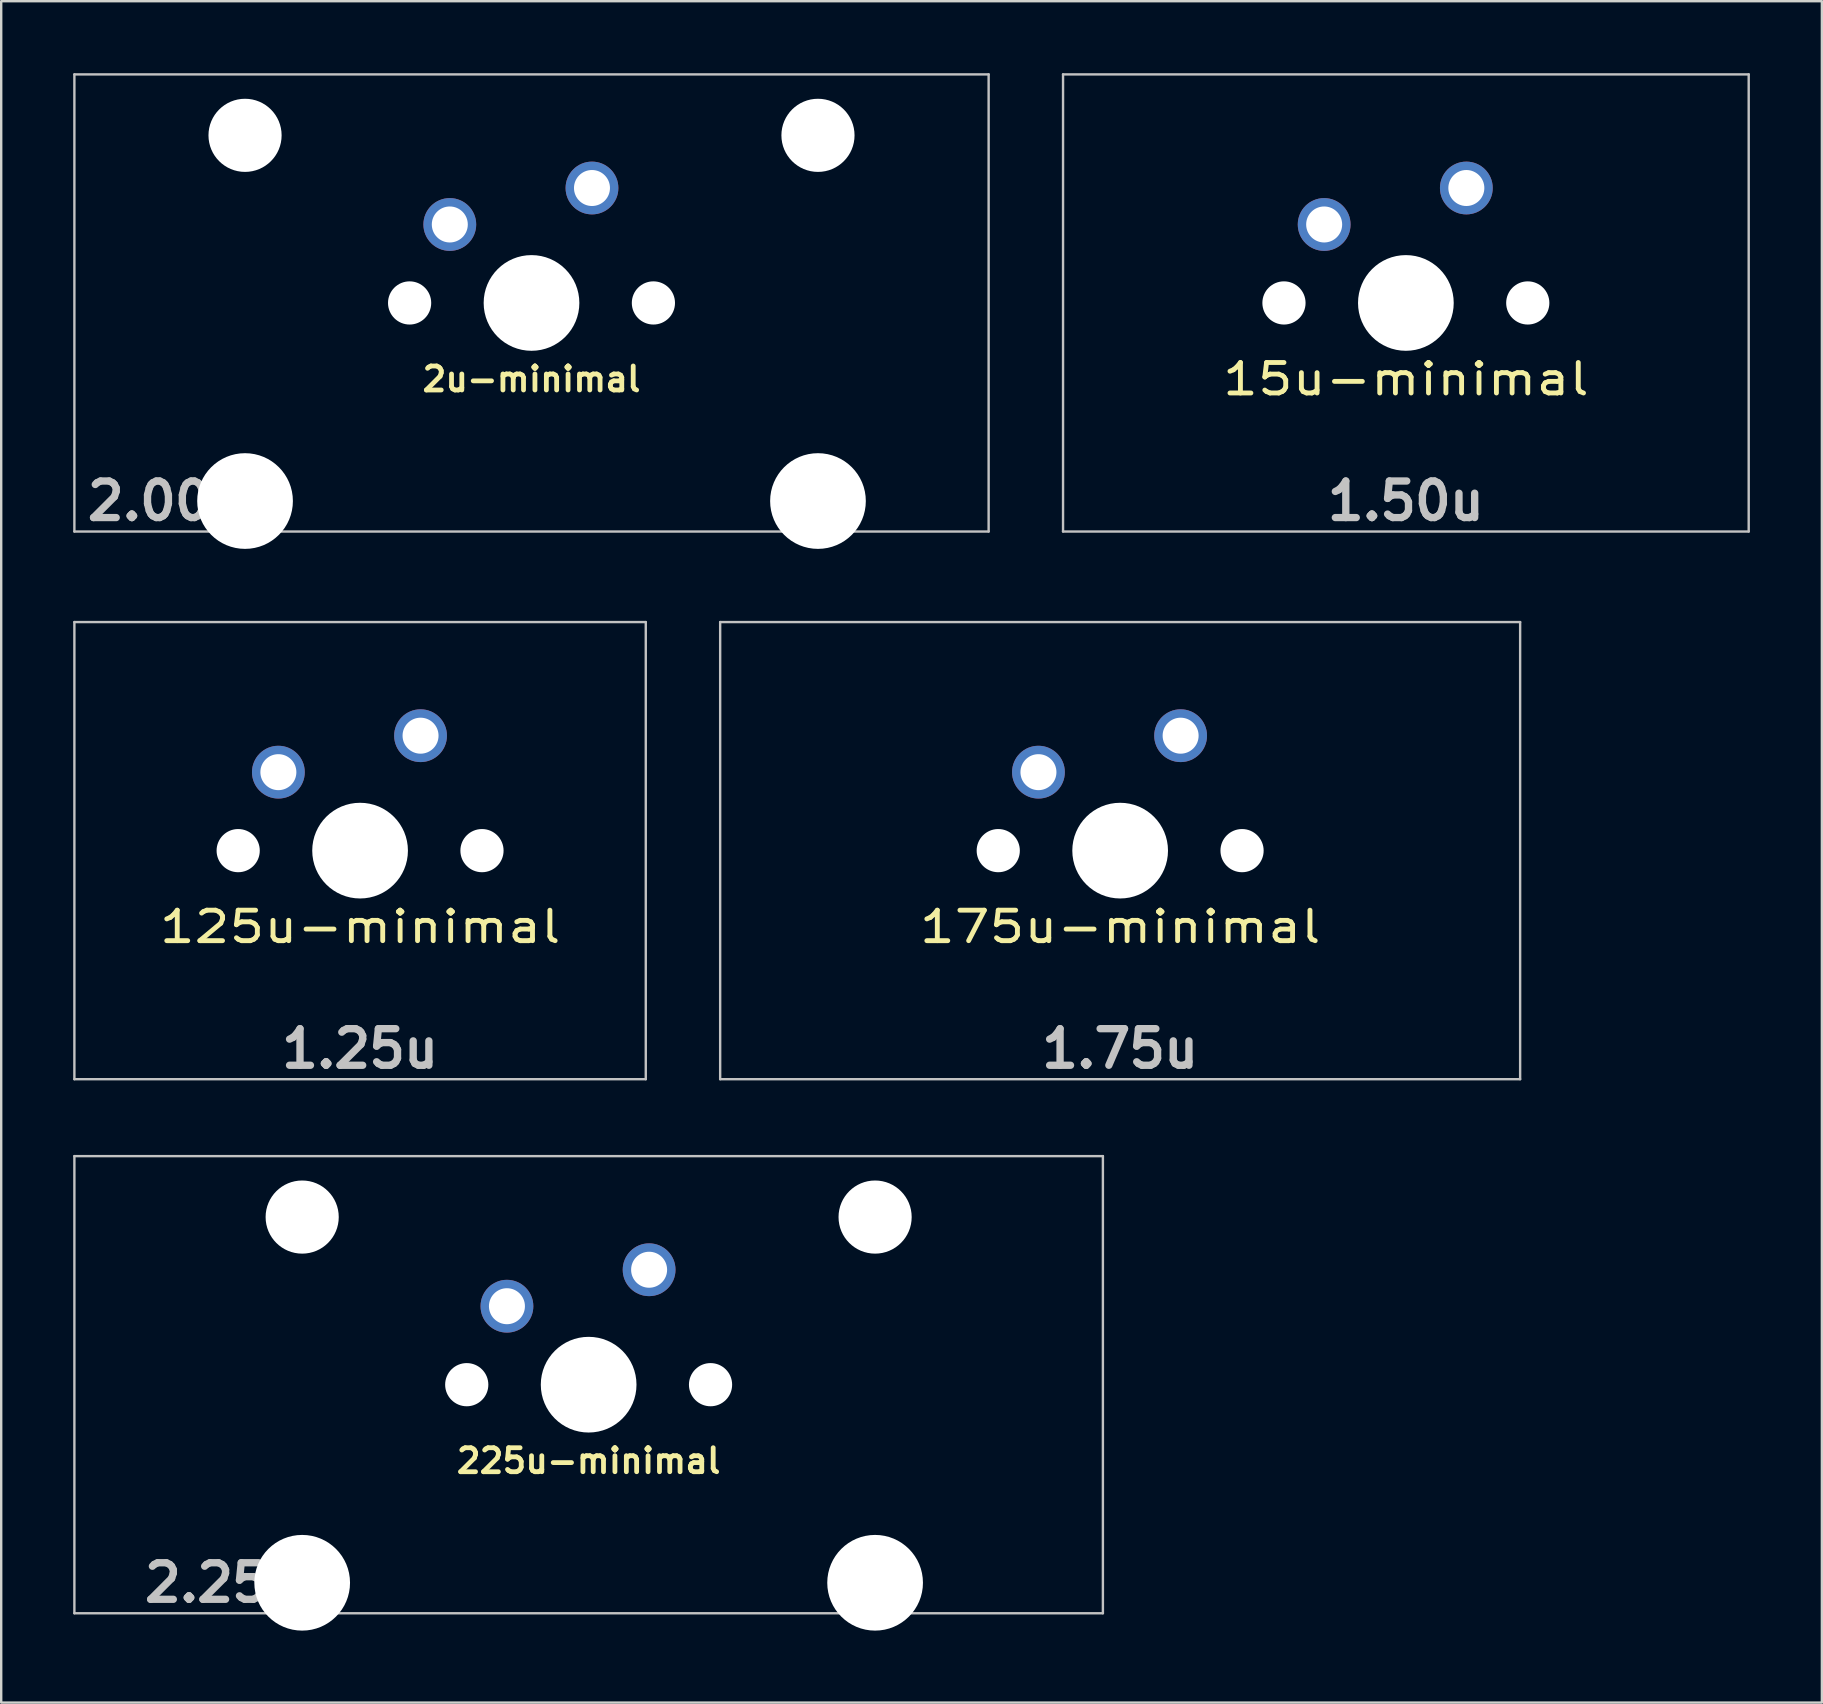
<source format=kicad_pcb>
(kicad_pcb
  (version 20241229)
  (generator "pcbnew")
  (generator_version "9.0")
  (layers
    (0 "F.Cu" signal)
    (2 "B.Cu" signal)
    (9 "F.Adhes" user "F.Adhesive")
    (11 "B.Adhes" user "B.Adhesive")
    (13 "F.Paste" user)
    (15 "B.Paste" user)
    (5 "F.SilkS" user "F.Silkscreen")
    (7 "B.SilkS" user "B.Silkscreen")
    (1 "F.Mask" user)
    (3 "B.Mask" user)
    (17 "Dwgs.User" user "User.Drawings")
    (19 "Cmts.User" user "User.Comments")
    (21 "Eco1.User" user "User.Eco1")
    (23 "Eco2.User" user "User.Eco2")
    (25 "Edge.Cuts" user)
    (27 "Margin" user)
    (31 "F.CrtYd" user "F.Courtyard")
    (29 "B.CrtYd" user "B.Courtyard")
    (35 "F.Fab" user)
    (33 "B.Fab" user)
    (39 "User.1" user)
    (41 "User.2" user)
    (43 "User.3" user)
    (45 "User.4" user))
  (footprint "15u-minimal"
    (layer "F.Cu")
    (at 55.538 9.575)
    (property "Reference" "15u-minimal" (at 0 3.175 0) (layer "F.SilkS") (effects (font (size 1.27 1.524) (thickness 0.203))))
    (attr through_hole)
    (fp_line (start -14.287 -9.525) (end 14.287 -9.525) (stroke (width 0.1) (type solid)) (layer "Dwgs.User"))
    (fp_line (start -14.287 9.525) (end -14.287 -9.525) (stroke (width 0.1) (type solid)) (layer "Dwgs.User"))
    (fp_line (start 14.287 -9.525) (end 14.287 9.525) (stroke (width 0.1) (type solid)) (layer "Dwgs.User"))
    (fp_line (start 14.287 9.525) (end -14.287 9.525) (stroke (width 0.1) (type solid)) (layer "Dwgs.User"))
    (fp_line (start -7 -7) (end 7 -7) (stroke (width 0.1) (type solid)) (layer "Eco2.User"))
    (fp_line (start -7 7) (end -7 -7) (stroke (width 0.1) (type solid)) (layer "Eco2.User"))
    (fp_line (start 7 -7) (end 7 7) (stroke (width 0.1) (type solid)) (layer "Eco2.User"))
    (fp_line (start 7 7) (end -7 7) (stroke (width 0.1) (type solid)) (layer "Eco2.User"))
    (fp_text user "1.50u" (at 0 8.255 0) (layer "Dwgs.User") (effects (font (size 1.524 1.524) (thickness 0.305))))
    (pad "" np_thru_hole circle (at -5.08 0) (size 1.8 1.8) (drill 1.8) (layers "*.Cu" "*.Mask"))
    (pad "" np_thru_hole circle (at 0 0) (size 3.988 3.988) (drill 3.988) (layers "*.Cu" "*.Mask"))
    (pad "" np_thru_hole circle (at 5.08 0) (size 1.8 1.8) (drill 1.8) (layers "*.Cu" "*.Mask"))
    (pad "1" thru_hole circle (at -3.405 -3.27 29) (size 2.2 2.2) (drill 1.5) (layers "*.Cu" "*.Mask"))
    (pad "2" thru_hole circle (at 2.52 -4.79) (size 2.2 2.2) (drill 1.5) (layers "*.Cu" "*.Mask")))
  (footprint "175u-minimal"
    (layer "F.Cu")
    (at 43.631 32.399)
    (property "Reference" "175u-minimal" (at 0 3.175 0) (layer "F.SilkS") (effects (font (size 1.27 1.524) (thickness 0.203))))
    (attr through_hole)
    (fp_line (start -16.669 -9.525) (end 16.669 -9.525) (stroke (width 0.1) (type solid)) (layer "Dwgs.User"))
    (fp_line (start -16.669 9.525) (end -16.669 -9.525) (stroke (width 0.1) (type solid)) (layer "Dwgs.User"))
    (fp_line (start 16.669 -9.525) (end 16.669 9.525) (stroke (width 0.1) (type solid)) (layer "Dwgs.User"))
    (fp_line (start 16.669 9.525) (end -16.669 9.525) (stroke (width 0.1) (type solid)) (layer "Dwgs.User"))
    (fp_line (start -7 -7) (end 7 -7) (stroke (width 0.1) (type solid)) (layer "Eco2.User"))
    (fp_line (start -7 7) (end -7 -7) (stroke (width 0.1) (type solid)) (layer "Eco2.User"))
    (fp_line (start 7 -7) (end 7 7) (stroke (width 0.1) (type solid)) (layer "Eco2.User"))
    (fp_line (start 7 7) (end -7 7) (stroke (width 0.1) (type solid)) (layer "Eco2.User"))
    (fp_text user "1.75u" (at 0 8.255 0) (layer "Dwgs.User") (effects (font (size 1.524 1.524) (thickness 0.305))))
    (pad "" np_thru_hole circle (at -5.08 0) (size 1.8 1.8) (drill 1.8) (layers "*.Cu" "*.Mask"))
    (pad "" np_thru_hole circle (at 0 0) (size 3.988 3.988) (drill 3.988) (layers "*.Cu" "*.Mask"))
    (pad "" np_thru_hole circle (at 5.08 0) (size 1.8 1.8) (drill 1.8) (layers "*.Cu" "*.Mask"))
    (pad "1" thru_hole circle (at -3.405 -3.27 29) (size 2.2 2.2) (drill 1.5) (layers "*.Cu" "*.Mask"))
    (pad "2" thru_hole circle (at 2.52 -4.79) (size 2.2 2.2) (drill 1.5) (layers "*.Cu" "*.Mask")))
  (footprint "2u-minimal"
    (layer "F.Cu")
    (at 19.1 9.575)
    (property "Reference" "2u-minimal" (at 0 3.175 0) (layer "F.SilkS") (effects (font (size 1 1) (thickness 0.2))))
    (attr through_hole)
    (fp_line (start -19.05 -9.525) (end 19.05 -9.525) (stroke (width 0.1) (type solid)) (layer "Dwgs.User"))
    (fp_line (start -19.05 9.525) (end -19.05 -9.525) (stroke (width 0.1) (type solid)) (layer "Dwgs.User"))
    (fp_line (start 19.05 -9.525) (end 19.05 9.525) (stroke (width 0.1) (type solid)) (layer "Dwgs.User"))
    (fp_line (start 19.05 9.525) (end -19.05 9.525) (stroke (width 0.1) (type solid)) (layer "Dwgs.User"))
    (fp_line (start -16.129 -2.286) (end -15.265 -2.286) (stroke (width 0.152) (type solid)) (layer "Eco2.User"))
    (fp_line (start -16.129 0.508) (end -16.129 -2.286) (stroke (width 0.152) (type solid)) (layer "Eco2.User"))
    (fp_line (start -15.265 -5.69) (end -8.611 -5.69) (stroke (width 0.152) (type solid)) (layer "Eco2.User"))
    (fp_line (start -15.265 -2.286) (end -15.265 -5.69) (stroke (width 0.152) (type solid)) (layer "Eco2.User"))
    (fp_line (start -15.265 0.508) (end -16.129 0.508) (stroke (width 0.152) (type solid)) (layer "Eco2.User"))
    (fp_line (start -15.265 6.604) (end -15.265 0.508) (stroke (width 0.152) (type solid)) (layer "Eco2.User"))
    (fp_line (start -14.224 6.604) (end -15.265 6.604) (stroke (width 0.152) (type solid)) (layer "Eco2.User"))
    (fp_line (start -14.224 7.772) (end -14.224 6.604) (stroke (width 0.152) (type solid)) (layer "Eco2.User"))
    (fp_line (start -9.652 6.604) (end -9.652 7.772) (stroke (width 0.152) (type solid)) (layer "Eco2.User"))
    (fp_line (start -9.652 7.772) (end -14.224 7.772) (stroke (width 0.152) (type solid)) (layer "Eco2.User"))
    (fp_line (start -8.611 -5.69) (end -8.611 -4.877) (stroke (width 0.152) (type solid)) (layer "Eco2.User"))
    (fp_line (start -8.611 -4.877) (end -6.985 -4.877) (stroke (width 0.152) (type solid)) (layer "Eco2.User"))
    (fp_line (start -8.611 5.817) (end -8.611 6.604) (stroke (width 0.152) (type solid)) (layer "Eco2.User"))
    (fp_line (start -8.611 6.604) (end -9.652 6.604) (stroke (width 0.152) (type solid)) (layer "Eco2.User"))
    (fp_line (start -6.985 -6.985) (end 6.985 -6.985) (stroke (width 0.152) (type solid)) (layer "Eco2.User"))
    (fp_line (start -6.985 -4.877) (end -6.985 -6.985) (stroke (width 0.152) (type solid)) (layer "Eco2.User"))
    (fp_line (start -6.985 5.817) (end -8.611 5.817) (stroke (width 0.152) (type solid)) (layer "Eco2.User"))
    (fp_line (start -6.985 6.985) (end -6.985 5.817) (stroke (width 0.152) (type solid)) (layer "Eco2.User"))
    (fp_line (start 6.985 -6.985) (end 6.985 -4.877) (stroke (width 0.152) (type solid)) (layer "Eco2.User"))
    (fp_line (start 6.985 -4.877) (end 8.611 -4.877) (stroke (width 0.152) (type solid)) (layer "Eco2.User"))
    (fp_line (start 6.985 5.817) (end 6.985 6.985) (stroke (width 0.152) (type solid)) (layer "Eco2.User"))
    (fp_line (start 6.985 6.985) (end -6.985 6.985) (stroke (width 0.152) (type solid)) (layer "Eco2.User"))
    (fp_line (start 8.611 -5.69) (end 15.265 -5.69) (stroke (width 0.152) (type solid)) (layer "Eco2.User"))
    (fp_line (start 8.611 -4.877) (end 8.611 -5.69) (stroke (width 0.152) (type solid)) (layer "Eco2.User"))
    (fp_line (start 8.611 5.817) (end 6.985 5.817) (stroke (width 0.152) (type solid)) (layer "Eco2.User"))
    (fp_line (start 8.611 6.604) (end 8.611 5.817) (stroke (width 0.152) (type solid)) (layer "Eco2.User"))
    (fp_line (start 9.652 6.604) (end 8.611 6.604) (stroke (width 0.152) (type solid)) (layer "Eco2.User"))
    (fp_line (start 9.652 7.772) (end 9.652 6.604) (stroke (width 0.152) (type solid)) (layer "Eco2.User"))
    (fp_line (start 14.224 6.604) (end 14.224 7.772) (stroke (width 0.152) (type solid)) (layer "Eco2.User"))
    (fp_line (start 14.224 7.772) (end 9.652 7.772) (stroke (width 0.152) (type solid)) (layer "Eco2.User"))
    (fp_line (start 15.265 -5.69) (end 15.265 -2.286) (stroke (width 0.152) (type solid)) (layer "Eco2.User"))
    (fp_line (start 15.265 -2.286) (end 16.129 -2.286) (stroke (width 0.152) (type solid)) (layer "Eco2.User"))
    (fp_line (start 15.265 0.508) (end 15.265 6.604) (stroke (width 0.152) (type solid)) (layer "Eco2.User"))
    (fp_line (start 15.265 6.604) (end 14.224 6.604) (stroke (width 0.152) (type solid)) (layer "Eco2.User"))
    (fp_line (start 16.129 -2.286) (end 16.129 0.508) (stroke (width 0.152) (type solid)) (layer "Eco2.User"))
    (fp_line (start 16.129 0.508) (end 15.265 0.508) (stroke (width 0.152) (type solid)) (layer "Eco2.User"))
    (fp_text user "2.00u" (at -15.24 8.255 0) (layer "Dwgs.User") (effects (font (size 1.524 1.524) (thickness 0.305))))
    (pad "" np_thru_hole circle (at -11.938 -6.985) (size 3.048 3.048) (drill 3.048) (layers "*.Cu" "*.Mask"))
    (pad "" np_thru_hole circle (at -11.938 8.255) (size 3.988 3.988) (drill 3.988) (layers "*.Cu" "*.Mask"))
    (pad "" np_thru_hole circle (at -5.08 0) (size 1.8 1.8) (drill 1.8) (layers "*.Cu" "*.Mask"))
    (pad "" np_thru_hole circle (at 0 0) (size 3.988 3.988) (drill 3.988) (layers "*.Cu" "*.Mask"))
    (pad "" np_thru_hole circle (at 5.08 0) (size 1.8 1.8) (drill 1.8) (layers "*.Cu" "*.Mask"))
    (pad "" np_thru_hole circle (at 11.938 -6.985) (size 3.048 3.048) (drill 3.048) (layers "*.Cu" "*.Mask"))
    (pad "" np_thru_hole circle (at 11.938 8.255) (size 3.988 3.988) (drill 3.988) (layers "*.Cu" "*.Mask"))
    (pad "1" thru_hole circle (at -3.405 -3.27 29) (size 2.2 2.2) (drill 1.5) (layers "*.Cu" "*.Mask"))
    (pad "2" thru_hole circle (at 2.52 -4.79) (size 2.2 2.2) (drill 1.5) (layers "*.Cu" "*.Mask")))
  (footprint "125u-minimal"
    (layer "F.Cu")
    (at 11.956 32.399)
    (property "Reference" "125u-minimal" (at 0 3.175 0) (layer "F.SilkS") (effects (font (size 1.27 1.524) (thickness 0.203))))
    (attr through_hole)
    (fp_line (start -11.906 -9.525) (end 11.906 -9.525) (stroke (width 0.1) (type solid)) (layer "Dwgs.User"))
    (fp_line (start -11.906 9.525) (end -11.906 -9.525) (stroke (width 0.1) (type solid)) (layer "Dwgs.User"))
    (fp_line (start 11.906 -9.525) (end 11.906 9.525) (stroke (width 0.1) (type solid)) (layer "Dwgs.User"))
    (fp_line (start 11.906 9.525) (end -11.906 9.525) (stroke (width 0.1) (type solid)) (layer "Dwgs.User"))
    (fp_line (start -7 -7) (end 7 -7) (stroke (width 0.1) (type solid)) (layer "Eco2.User"))
    (fp_line (start -7 7) (end -7 -7) (stroke (width 0.1) (type solid)) (layer "Eco2.User"))
    (fp_line (start 7 -7) (end 7 7) (stroke (width 0.1) (type solid)) (layer "Eco2.User"))
    (fp_line (start 7 7) (end -7 7) (stroke (width 0.1) (type solid)) (layer "Eco2.User"))
    (fp_text user "1.25u" (at 0 8.255 0) (layer "Dwgs.User") (effects (font (size 1.524 1.524) (thickness 0.305))))
    (pad "" np_thru_hole circle (at -5.08 0) (size 1.8 1.8) (drill 1.8) (layers "*.Cu" "*.Mask"))
    (pad "" np_thru_hole circle (at 0 0) (size 3.988 3.988) (drill 3.988) (layers "*.Cu" "*.Mask"))
    (pad "" np_thru_hole circle (at 5.08 0) (size 1.8 1.8) (drill 1.8) (layers "*.Cu" "*.Mask"))
    (pad "1" thru_hole circle (at -3.405 -3.27 29) (size 2.2 2.2) (drill 1.5) (layers "*.Cu" "*.Mask"))
    (pad "2" thru_hole circle (at 2.52 -4.79) (size 2.2 2.2) (drill 1.5) (layers "*.Cu" "*.Mask")))
  (footprint "225u-minimal"
    (layer "F.Cu")
    (at 21.481 54.655)
    (property "Reference" "225u-minimal" (at 0 3.175 0) (layer "F.SilkS") (effects (font (size 1 1) (thickness 0.2))))
    (attr through_hole)
    (fp_line (start -21.431 -9.525) (end 21.431 -9.525) (stroke (width 0.1) (type solid)) (layer "Dwgs.User"))
    (fp_line (start -21.431 9.525) (end -21.431 -9.525) (stroke (width 0.1) (type solid)) (layer "Dwgs.User"))
    (fp_line (start 21.431 -9.525) (end 21.431 9.525) (stroke (width 0.1) (type solid)) (layer "Dwgs.User"))
    (fp_line (start 21.431 9.525) (end -21.431 9.525) (stroke (width 0.1) (type solid)) (layer "Dwgs.User"))
    (fp_line (start -16.129 -2.286) (end -15.265 -2.286) (stroke (width 0.152) (type solid)) (layer "Eco2.User"))
    (fp_line (start -16.129 0.508) (end -16.129 -2.286) (stroke (width 0.152) (type solid)) (layer "Eco2.User"))
    (fp_line (start -15.265 -5.69) (end -8.611 -5.69) (stroke (width 0.152) (type solid)) (layer "Eco2.User"))
    (fp_line (start -15.265 -2.286) (end -15.265 -5.69) (stroke (width 0.152) (type solid)) (layer "Eco2.User"))
    (fp_line (start -15.265 0.508) (end -16.129 0.508) (stroke (width 0.152) (type solid)) (layer "Eco2.User"))
    (fp_line (start -15.265 6.604) (end -15.265 0.508) (stroke (width 0.152) (type solid)) (layer "Eco2.User"))
    (fp_line (start -14.224 6.604) (end -15.265 6.604) (stroke (width 0.152) (type solid)) (layer "Eco2.User"))
    (fp_line (start -14.224 7.772) (end -14.224 6.604) (stroke (width 0.152) (type solid)) (layer "Eco2.User"))
    (fp_line (start -9.652 6.604) (end -9.652 7.772) (stroke (width 0.152) (type solid)) (layer "Eco2.User"))
    (fp_line (start -9.652 7.772) (end -14.224 7.772) (stroke (width 0.152) (type solid)) (layer "Eco2.User"))
    (fp_line (start -8.611 -5.69) (end -8.611 -4.877) (stroke (width 0.152) (type solid)) (layer "Eco2.User"))
    (fp_line (start -8.611 -4.877) (end -6.985 -4.877) (stroke (width 0.152) (type solid)) (layer "Eco2.User"))
    (fp_line (start -8.611 5.817) (end -8.611 6.604) (stroke (width 0.152) (type solid)) (layer "Eco2.User"))
    (fp_line (start -8.611 6.604) (end -9.652 6.604) (stroke (width 0.152) (type solid)) (layer "Eco2.User"))
    (fp_line (start -6.985 -6.985) (end 6.985 -6.985) (stroke (width 0.152) (type solid)) (layer "Eco2.User"))
    (fp_line (start -6.985 -4.877) (end -6.985 -6.985) (stroke (width 0.152) (type solid)) (layer "Eco2.User"))
    (fp_line (start -6.985 5.817) (end -8.611 5.817) (stroke (width 0.152) (type solid)) (layer "Eco2.User"))
    (fp_line (start -6.985 6.985) (end -6.985 5.817) (stroke (width 0.152) (type solid)) (layer "Eco2.User"))
    (fp_line (start 6.985 -6.985) (end 6.985 -4.877) (stroke (width 0.152) (type solid)) (layer "Eco2.User"))
    (fp_line (start 6.985 -4.877) (end 8.611 -4.877) (stroke (width 0.152) (type solid)) (layer "Eco2.User"))
    (fp_line (start 6.985 5.817) (end 6.985 6.985) (stroke (width 0.152) (type solid)) (layer "Eco2.User"))
    (fp_line (start 6.985 6.985) (end -6.985 6.985) (stroke (width 0.152) (type solid)) (layer "Eco2.User"))
    (fp_line (start 8.611 -5.69) (end 15.265 -5.69) (stroke (width 0.152) (type solid)) (layer "Eco2.User"))
    (fp_line (start 8.611 -4.877) (end 8.611 -5.69) (stroke (width 0.152) (type solid)) (layer "Eco2.User"))
    (fp_line (start 8.611 5.817) (end 6.985 5.817) (stroke (width 0.152) (type solid)) (layer "Eco2.User"))
    (fp_line (start 8.611 6.604) (end 8.611 5.817) (stroke (width 0.152) (type solid)) (layer "Eco2.User"))
    (fp_line (start 9.652 6.604) (end 8.611 6.604) (stroke (width 0.152) (type solid)) (layer "Eco2.User"))
    (fp_line (start 9.652 7.772) (end 9.652 6.604) (stroke (width 0.152) (type solid)) (layer "Eco2.User"))
    (fp_line (start 14.224 6.604) (end 14.224 7.772) (stroke (width 0.152) (type solid)) (layer "Eco2.User"))
    (fp_line (start 14.224 7.772) (end 9.652 7.772) (stroke (width 0.152) (type solid)) (layer "Eco2.User"))
    (fp_line (start 15.265 -5.69) (end 15.265 -2.286) (stroke (width 0.152) (type solid)) (layer "Eco2.User"))
    (fp_line (start 15.265 -2.286) (end 16.129 -2.286) (stroke (width 0.152) (type solid)) (layer "Eco2.User"))
    (fp_line (start 15.265 0.508) (end 15.265 6.604) (stroke (width 0.152) (type solid)) (layer "Eco2.User"))
    (fp_line (start 15.265 6.604) (end 14.224 6.604) (stroke (width 0.152) (type solid)) (layer "Eco2.User"))
    (fp_line (start 16.129 -2.286) (end 16.129 0.508) (stroke (width 0.152) (type solid)) (layer "Eco2.User"))
    (fp_line (start 16.129 0.508) (end 15.265 0.508) (stroke (width 0.152) (type solid)) (layer "Eco2.User"))
    (fp_text user "2.25u" (at -15.24 8.255 0) (layer "Dwgs.User") (effects (font (size 1.524 1.524) (thickness 0.305))))
    (pad "" np_thru_hole circle (at -11.938 -6.985) (size 3.048 3.048) (drill 3.048) (layers "*.Cu" "*.Mask"))
    (pad "" np_thru_hole circle (at -11.938 8.255) (size 3.988 3.988) (drill 3.988) (layers "*.Cu" "*.Mask"))
    (pad "" np_thru_hole circle (at -5.08 0) (size 1.8 1.8) (drill 1.8) (layers "*.Cu" "*.Mask"))
    (pad "" np_thru_hole circle (at 0 0) (size 3.988 3.988) (drill 3.988) (layers "*.Cu" "*.Mask"))
    (pad "" np_thru_hole circle (at 5.08 0) (size 1.8 1.8) (drill 1.8) (layers "*.Cu" "*.Mask"))
    (pad "" np_thru_hole circle (at 11.938 -6.985) (size 3.048 3.048) (drill 3.048) (layers "*.Cu" "*.Mask"))
    (pad "" np_thru_hole circle (at 11.938 8.255) (size 3.988 3.988) (drill 3.988) (layers "*.Cu" "*.Mask"))
    (pad "1" thru_hole circle (at -3.405 -3.27 29) (size 2.2 2.2) (drill 1.5) (layers "*.Cu" "*.Mask"))
    (pad "2" thru_hole circle (at 2.52 -4.79) (size 2.2 2.2) (drill 1.5) (layers "*.Cu" "*.Mask")))
  (gr_rect
    (start -3 -3)
    (end 72.875 67.904)
    (stroke (width 0.1) (type default))
    (fill no)
    (layer "Edge.Cuts")))
</source>
